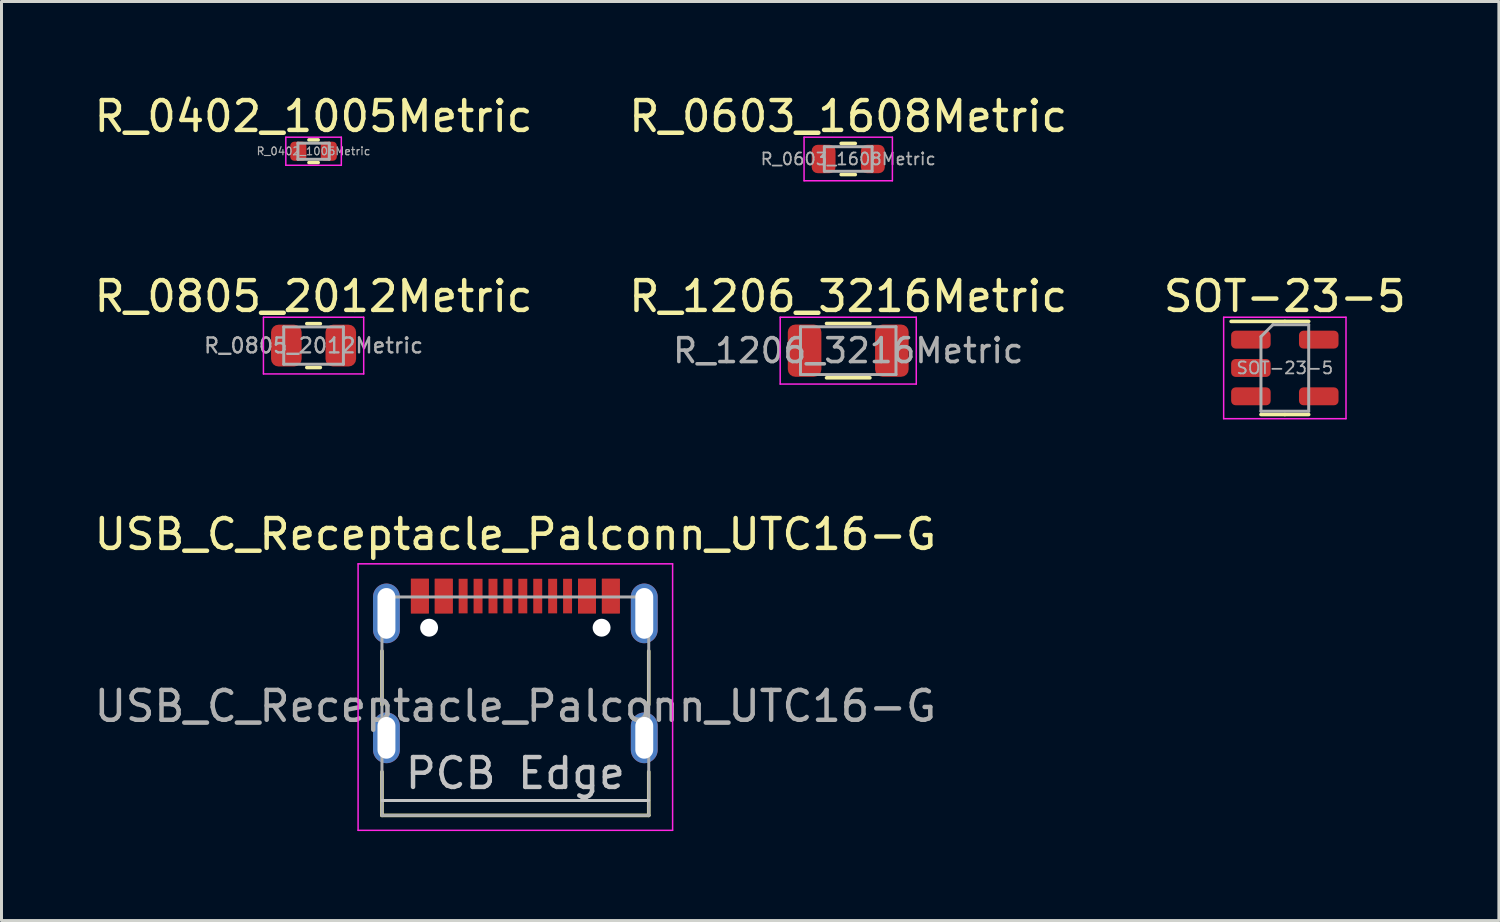
<source format=kicad_pcb>
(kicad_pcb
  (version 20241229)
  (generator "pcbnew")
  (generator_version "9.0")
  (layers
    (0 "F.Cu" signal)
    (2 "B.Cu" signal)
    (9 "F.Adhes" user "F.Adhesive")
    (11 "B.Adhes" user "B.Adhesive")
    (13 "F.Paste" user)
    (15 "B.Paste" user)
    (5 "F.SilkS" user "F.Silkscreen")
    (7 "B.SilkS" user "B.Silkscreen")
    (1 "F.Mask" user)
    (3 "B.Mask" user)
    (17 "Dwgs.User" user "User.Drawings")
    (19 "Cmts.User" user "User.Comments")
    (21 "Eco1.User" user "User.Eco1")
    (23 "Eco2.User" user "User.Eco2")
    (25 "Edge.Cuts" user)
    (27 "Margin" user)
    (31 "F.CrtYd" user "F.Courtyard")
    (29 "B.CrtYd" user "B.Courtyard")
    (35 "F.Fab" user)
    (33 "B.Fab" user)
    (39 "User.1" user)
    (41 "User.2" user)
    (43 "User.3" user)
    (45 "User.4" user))
  (footprint "USB_C_Receptacle_Palconn_UTC16-G"
    (layer "F.Cu")
    (at 14.22 19.435)
    (property "Reference" "USB_C_Receptacle_Palconn_UTC16-G" (at 0 -4.58 0) (layer "F.SilkS") (effects (font (size 1 1) (thickness 0.15))))
    (attr smd)
    (fp_line (start -4.47 -0.67) (end -4.47 1.13) (stroke (width 0.12) (type solid)) (layer "F.SilkS"))
    (fp_line (start -4.47 4.84) (end -4.47 3.38) (stroke (width 0.12) (type solid)) (layer "F.SilkS"))
    (fp_line (start 4.47 -0.67) (end 4.47 1.13) (stroke (width 0.12) (type solid)) (layer "F.SilkS"))
    (fp_line (start 4.47 4.84) (end -4.47 4.84) (stroke (width 0.12) (type solid)) (layer "F.SilkS"))
    (fp_line (start 4.47 4.84) (end 4.47 3.38) (stroke (width 0.12) (type solid)) (layer "F.SilkS"))
    (fp_line (start -4.47 4.34) (end 4.47 4.34) (stroke (width 0.1) (type solid)) (layer "Dwgs.User"))
    (fp_line (start -5.27 -3.59) (end -5.27 5.34) (stroke (width 0.05) (type solid)) (layer "F.CrtYd"))
    (fp_line (start -5.27 5.34) (end 5.27 5.34) (stroke (width 0.05) (type solid)) (layer "F.CrtYd"))
    (fp_line (start 5.27 -3.59) (end -5.27 -3.59) (stroke (width 0.05) (type solid)) (layer "F.CrtYd"))
    (fp_line (start 5.27 5.34) (end 5.27 -3.59) (stroke (width 0.05) (type solid)) (layer "F.CrtYd"))
    (fp_line (start -4.47 -2.48) (end -4.47 4.84) (stroke (width 0.1) (type solid)) (layer "F.Fab"))
    (fp_line (start -4.47 -2.48) (end 4.47 -2.48) (stroke (width 0.1) (type solid)) (layer "F.Fab"))
    (fp_line (start 4.47 -2.48) (end 4.47 4.84) (stroke (width 0.1) (type solid)) (layer "F.Fab"))
    (fp_line (start 4.47 4.84) (end -4.47 4.84) (stroke (width 0.1) (type solid)) (layer "F.Fab"))
    (fp_text user "PCB Edge" (at 0 3.43 0) (layer "Dwgs.User") (effects (font (size 1 1) (thickness 0.15))))
    (fp_text user "${REFERENCE}" (at 0 1.18 0) (layer "F.Fab") (effects (font (size 1 1) (thickness 0.15))))
    (pad "" np_thru_hole circle (at -2.89 -1.45 180) (size 0.6 0.6) (drill 0.6) (layers "*.Cu" "*.Mask"))
    (pad "" np_thru_hole circle (at 2.89 -1.45 180) (size 0.6 0.6) (drill 0.6) (layers "*.Cu" "*.Mask"))
    (pad "A1" smd rect (at -3.2 -2.51) (size 0.6 1.16) (layers "F.Cu" "F.Mask" "F.Paste"))
    (pad "A4" smd rect (at -2.4 -2.51) (size 0.6 1.16) (layers "F.Cu" "F.Mask" "F.Paste"))
    (pad "A5" smd rect (at -1.25 -2.51 180) (size 0.3 1.16) (layers "F.Cu" "F.Mask" "F.Paste"))
    (pad "A6" smd rect (at -0.25 -2.51 180) (size 0.3 1.16) (layers "F.Cu" "F.Mask" "F.Paste"))
    (pad "A7" smd rect (at 0.25 -2.51 180) (size 0.3 1.16) (layers "F.Cu" "F.Mask" "F.Paste"))
    (pad "A8" smd rect (at 1.25 -2.51 180) (size 0.3 1.16) (layers "F.Cu" "F.Mask" "F.Paste"))
    (pad "A9" smd rect (at 2.4 -2.51) (size 0.6 1.16) (layers "F.Cu" "F.Mask" "F.Paste"))
    (pad "A12" smd rect (at 3.2 -2.51) (size 0.6 1.16) (layers "F.Cu" "F.Mask" "F.Paste"))
    (pad "B1" smd rect (at 3.2 -2.51) (size 0.6 1.16) (layers "F.Cu" "F.Mask" "F.Paste"))
    (pad "B4" smd rect (at 2.4 -2.51) (size 0.6 1.16) (layers "F.Cu" "F.Mask" "F.Paste"))
    (pad "B5" smd rect (at 1.75 -2.51 180) (size 0.3 1.16) (layers "F.Cu" "F.Mask" "F.Paste"))
    (pad "B6" smd rect (at 0.75 -2.51 180) (size 0.3 1.16) (layers "F.Cu" "F.Mask" "F.Paste"))
    (pad "B7" smd rect (at -0.75 -2.51 180) (size 0.3 1.16) (layers "F.Cu" "F.Mask" "F.Paste"))
    (pad "B8" smd rect (at -1.75 -2.51 180) (size 0.3 1.16) (layers "F.Cu" "F.Mask" "F.Paste"))
    (pad "B9" smd rect (at -2.4 -2.51) (size 0.6 1.16) (layers "F.Cu" "F.Mask" "F.Paste"))
    (pad "B12" smd rect (at -3.2 -2.51) (size 0.6 1.16) (layers "F.Cu" "F.Mask" "F.Paste"))
    (pad "S1" thru_hole oval (at -4.32 -1.93 90) (size 2 0.9) (drill oval 1.7 0.6) (layers "*.Cu" "*.Mask"))
    (pad "S1" thru_hole oval (at -4.32 2.24 90) (size 1.7 0.9) (drill oval 1.4 0.6) (layers "*.Cu" "*.Mask"))
    (pad "S1" thru_hole oval (at 4.32 -1.93 90) (size 2 0.9) (drill oval 1.7 0.6) (layers "*.Cu" "*.Mask"))
    (pad "S1" thru_hole oval (at 4.32 2.24 90) (size 1.7 0.9) (drill oval 1.4 0.6) (layers "*.Cu" "*.Mask")))
  (footprint "R_0805_2012Metric"
    (layer "F.Cu")
    (at 7.458 8.531)
    (property "Reference" "R_0805_2012Metric" (at 0 -1.65 0) (layer "F.SilkS") (effects (font (size 1 1) (thickness 0.15))))
    (attr smd)
    (fp_line (start -0.227 -0.735) (end 0.227 -0.735) (stroke (width 0.12) (type solid)) (layer "F.SilkS"))
    (fp_line (start -0.227 0.735) (end 0.227 0.735) (stroke (width 0.12) (type solid)) (layer "F.SilkS"))
    (fp_line (start -1.68 -0.95) (end 1.68 -0.95) (stroke (width 0.05) (type solid)) (layer "F.CrtYd"))
    (fp_line (start -1.68 0.95) (end -1.68 -0.95) (stroke (width 0.05) (type solid)) (layer "F.CrtYd"))
    (fp_line (start 1.68 -0.95) (end 1.68 0.95) (stroke (width 0.05) (type solid)) (layer "F.CrtYd"))
    (fp_line (start 1.68 0.95) (end -1.68 0.95) (stroke (width 0.05) (type solid)) (layer "F.CrtYd"))
    (fp_line (start -1 -0.625) (end 1 -0.625) (stroke (width 0.1) (type solid)) (layer "F.Fab"))
    (fp_line (start -1 0.625) (end -1 -0.625) (stroke (width 0.1) (type solid)) (layer "F.Fab"))
    (fp_line (start 1 -0.625) (end 1 0.625) (stroke (width 0.1) (type solid)) (layer "F.Fab"))
    (fp_line (start 1 0.625) (end -1 0.625) (stroke (width 0.1) (type solid)) (layer "F.Fab"))
    (fp_text user "${REFERENCE}" (at 0 0 0) (layer "F.Fab") (effects (font (size 0.5 0.5) (thickness 0.08))))
    (pad "1" smd roundrect (at -0.912 0) (size 1.025 1.4) (layers "F.Cu" "F.Mask" "F.Paste") (roundrect_rratio 0.244))
    (pad "2" smd roundrect (at 0.912 0) (size 1.025 1.4) (layers "F.Cu" "F.Mask" "F.Paste") (roundrect_rratio 0.244)))
  (footprint "R_0402_1005Metric"
    (layer "F.Cu")
    (at 7.458 2.018)
    (property "Reference" "R_0402_1005Metric" (at 0 -1.17 0) (layer "F.SilkS") (effects (font (size 1 1) (thickness 0.15))))
    (attr smd)
    (fp_line (start -0.154 -0.38) (end 0.154 -0.38) (stroke (width 0.12) (type solid)) (layer "F.SilkS"))
    (fp_line (start -0.154 0.38) (end 0.154 0.38) (stroke (width 0.12) (type solid)) (layer "F.SilkS"))
    (fp_line (start -0.93 -0.47) (end 0.93 -0.47) (stroke (width 0.05) (type solid)) (layer "F.CrtYd"))
    (fp_line (start -0.93 0.47) (end -0.93 -0.47) (stroke (width 0.05) (type solid)) (layer "F.CrtYd"))
    (fp_line (start 0.93 -0.47) (end 0.93 0.47) (stroke (width 0.05) (type solid)) (layer "F.CrtYd"))
    (fp_line (start 0.93 0.47) (end -0.93 0.47) (stroke (width 0.05) (type solid)) (layer "F.CrtYd"))
    (fp_line (start -0.525 -0.27) (end 0.525 -0.27) (stroke (width 0.1) (type solid)) (layer "F.Fab"))
    (fp_line (start -0.525 0.27) (end -0.525 -0.27) (stroke (width 0.1) (type solid)) (layer "F.Fab"))
    (fp_line (start 0.525 -0.27) (end 0.525 0.27) (stroke (width 0.1) (type solid)) (layer "F.Fab"))
    (fp_line (start 0.525 0.27) (end -0.525 0.27) (stroke (width 0.1) (type solid)) (layer "F.Fab"))
    (fp_text user "${REFERENCE}" (at 0 0 0) (layer "F.Fab") (effects (font (size 0.26 0.26) (thickness 0.04))))
    (pad "1" smd roundrect (at -0.51 0) (size 0.54 0.64) (layers "F.Cu" "F.Mask" "F.Paste") (roundrect_rratio 0.25))
    (pad "2" smd roundrect (at 0.51 0) (size 0.54 0.64) (layers "F.Cu" "F.Mask" "F.Paste") (roundrect_rratio 0.25)))
  (footprint "SOT-23-5"
    (layer "F.Cu")
    (at 40.006 9.281)
    (property "Reference" "SOT-23-5" (at 0 -2.4 0) (layer "F.SilkS") (effects (font (size 1 1) (thickness 0.15))))
    (attr smd)
    (fp_line (start 0 -1.56) (end -1.8 -1.56) (stroke (width 0.12) (type solid)) (layer "F.SilkS"))
    (fp_line (start 0 -1.56) (end 0.8 -1.56) (stroke (width 0.12) (type solid)) (layer "F.SilkS"))
    (fp_line (start 0 1.56) (end -0.8 1.56) (stroke (width 0.12) (type solid)) (layer "F.SilkS"))
    (fp_line (start 0 1.56) (end 0.8 1.56) (stroke (width 0.12) (type solid)) (layer "F.SilkS"))
    (fp_line (start -2.05 -1.7) (end -2.05 1.7) (stroke (width 0.05) (type solid)) (layer "F.CrtYd"))
    (fp_line (start -2.05 1.7) (end 2.05 1.7) (stroke (width 0.05) (type solid)) (layer "F.CrtYd"))
    (fp_line (start 2.05 -1.7) (end -2.05 -1.7) (stroke (width 0.05) (type solid)) (layer "F.CrtYd"))
    (fp_line (start 2.05 1.7) (end 2.05 -1.7) (stroke (width 0.05) (type solid)) (layer "F.CrtYd"))
    (fp_line (start -0.8 -1.05) (end -0.4 -1.45) (stroke (width 0.1) (type solid)) (layer "F.Fab"))
    (fp_line (start -0.8 1.45) (end -0.8 -1.05) (stroke (width 0.1) (type solid)) (layer "F.Fab"))
    (fp_line (start -0.4 -1.45) (end 0.8 -1.45) (stroke (width 0.1) (type solid)) (layer "F.Fab"))
    (fp_line (start 0.8 -1.45) (end 0.8 1.45) (stroke (width 0.1) (type solid)) (layer "F.Fab"))
    (fp_line (start 0.8 1.45) (end -0.8 1.45) (stroke (width 0.1) (type solid)) (layer "F.Fab"))
    (fp_text user "${REFERENCE}" (at 0 0 0) (layer "F.Fab") (effects (font (size 0.4 0.4) (thickness 0.06))))
    (pad "1" smd roundrect (at -1.137 -0.95) (size 1.325 0.6) (layers "F.Cu" "F.Mask" "F.Paste") (roundrect_rratio 0.25))
    (pad "2" smd roundrect (at -1.137 0) (size 1.325 0.6) (layers "F.Cu" "F.Mask" "F.Paste") (roundrect_rratio 0.25))
    (pad "3" smd roundrect (at -1.137 0.95) (size 1.325 0.6) (layers "F.Cu" "F.Mask" "F.Paste") (roundrect_rratio 0.25))
    (pad "4" smd roundrect (at 1.137 0.95) (size 1.325 0.6) (layers "F.Cu" "F.Mask" "F.Paste") (roundrect_rratio 0.25))
    (pad "5" smd roundrect (at 1.137 -0.95) (size 1.325 0.6) (layers "F.Cu" "F.Mask" "F.Paste") (roundrect_rratio 0.25)))
  (footprint "R_0603_1608Metric"
    (layer "F.Cu")
    (at 25.375 2.278)
    (property "Reference" "R_0603_1608Metric" (at 0 -1.43 0) (layer "F.SilkS") (effects (font (size 1 1) (thickness 0.15))))
    (attr smd)
    (fp_line (start -0.237 -0.522) (end 0.237 -0.522) (stroke (width 0.12) (type solid)) (layer "F.SilkS"))
    (fp_line (start -0.237 0.522) (end 0.237 0.522) (stroke (width 0.12) (type solid)) (layer "F.SilkS"))
    (fp_line (start -1.48 -0.73) (end 1.48 -0.73) (stroke (width 0.05) (type solid)) (layer "F.CrtYd"))
    (fp_line (start -1.48 0.73) (end -1.48 -0.73) (stroke (width 0.05) (type solid)) (layer "F.CrtYd"))
    (fp_line (start 1.48 -0.73) (end 1.48 0.73) (stroke (width 0.05) (type solid)) (layer "F.CrtYd"))
    (fp_line (start 1.48 0.73) (end -1.48 0.73) (stroke (width 0.05) (type solid)) (layer "F.CrtYd"))
    (fp_line (start -0.8 -0.412) (end 0.8 -0.412) (stroke (width 0.1) (type solid)) (layer "F.Fab"))
    (fp_line (start -0.8 0.412) (end -0.8 -0.412) (stroke (width 0.1) (type solid)) (layer "F.Fab"))
    (fp_line (start 0.8 -0.412) (end 0.8 0.412) (stroke (width 0.1) (type solid)) (layer "F.Fab"))
    (fp_line (start 0.8 0.412) (end -0.8 0.412) (stroke (width 0.1) (type solid)) (layer "F.Fab"))
    (fp_text user "${REFERENCE}" (at 0 0 0) (layer "F.Fab") (effects (font (size 0.4 0.4) (thickness 0.06))))
    (pad "1" smd roundrect (at -0.825 0) (size 0.8 0.95) (layers "F.Cu" "F.Mask" "F.Paste") (roundrect_rratio 0.25))
    (pad "2" smd roundrect (at 0.825 0) (size 0.8 0.95) (layers "F.Cu" "F.Mask" "F.Paste") (roundrect_rratio 0.25)))
  (footprint "R_1206_3216Metric"
    (layer "F.Cu")
    (at 25.375 8.701)
    (property "Reference" "R_1206_3216Metric" (at 0 -1.82 0) (layer "F.SilkS") (effects (font (size 1 1) (thickness 0.15))))
    (attr smd)
    (fp_line (start -0.727 -0.91) (end 0.727 -0.91) (stroke (width 0.12) (type solid)) (layer "F.SilkS"))
    (fp_line (start -0.727 0.91) (end 0.727 0.91) (stroke (width 0.12) (type solid)) (layer "F.SilkS"))
    (fp_line (start -2.28 -1.12) (end 2.28 -1.12) (stroke (width 0.05) (type solid)) (layer "F.CrtYd"))
    (fp_line (start -2.28 1.12) (end -2.28 -1.12) (stroke (width 0.05) (type solid)) (layer "F.CrtYd"))
    (fp_line (start 2.28 -1.12) (end 2.28 1.12) (stroke (width 0.05) (type solid)) (layer "F.CrtYd"))
    (fp_line (start 2.28 1.12) (end -2.28 1.12) (stroke (width 0.05) (type solid)) (layer "F.CrtYd"))
    (fp_line (start -1.6 -0.8) (end 1.6 -0.8) (stroke (width 0.1) (type solid)) (layer "F.Fab"))
    (fp_line (start -1.6 0.8) (end -1.6 -0.8) (stroke (width 0.1) (type solid)) (layer "F.Fab"))
    (fp_line (start 1.6 -0.8) (end 1.6 0.8) (stroke (width 0.1) (type solid)) (layer "F.Fab"))
    (fp_line (start 1.6 0.8) (end -1.6 0.8) (stroke (width 0.1) (type solid)) (layer "F.Fab"))
    (fp_text user "${REFERENCE}" (at 0 0 0) (layer "F.Fab") (effects (font (size 0.8 0.8) (thickness 0.12))))
    (pad "1" smd roundrect (at -1.462 0) (size 1.125 1.75) (layers "F.Cu" "F.Mask" "F.Paste") (roundrect_rratio 0.222))
    (pad "2" smd roundrect (at 1.462 0) (size 1.125 1.75) (layers "F.Cu" "F.Mask" "F.Paste") (roundrect_rratio 0.222)))
  (gr_rect
    (start -3 -3)
    (end 47.179 27.8)
    (stroke (width 0.1) (type default))
    (fill no)
    (layer "Edge.Cuts")))
</source>
